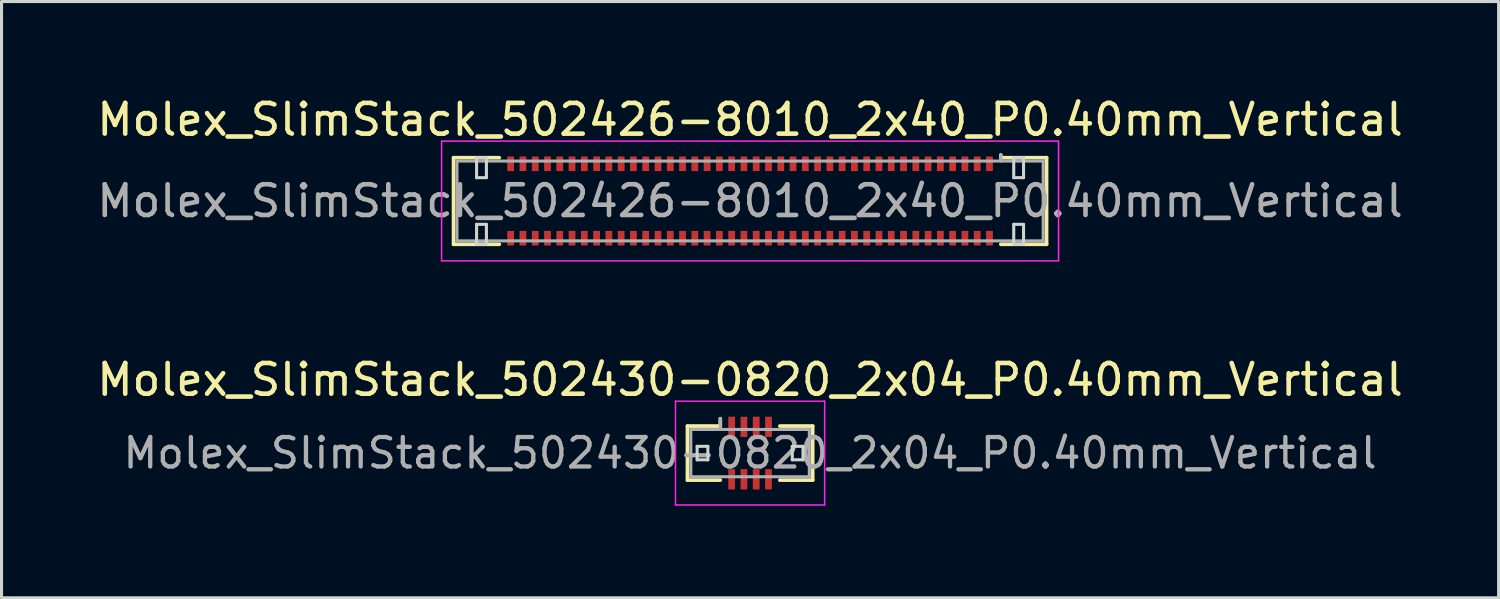
<source format=kicad_pcb>
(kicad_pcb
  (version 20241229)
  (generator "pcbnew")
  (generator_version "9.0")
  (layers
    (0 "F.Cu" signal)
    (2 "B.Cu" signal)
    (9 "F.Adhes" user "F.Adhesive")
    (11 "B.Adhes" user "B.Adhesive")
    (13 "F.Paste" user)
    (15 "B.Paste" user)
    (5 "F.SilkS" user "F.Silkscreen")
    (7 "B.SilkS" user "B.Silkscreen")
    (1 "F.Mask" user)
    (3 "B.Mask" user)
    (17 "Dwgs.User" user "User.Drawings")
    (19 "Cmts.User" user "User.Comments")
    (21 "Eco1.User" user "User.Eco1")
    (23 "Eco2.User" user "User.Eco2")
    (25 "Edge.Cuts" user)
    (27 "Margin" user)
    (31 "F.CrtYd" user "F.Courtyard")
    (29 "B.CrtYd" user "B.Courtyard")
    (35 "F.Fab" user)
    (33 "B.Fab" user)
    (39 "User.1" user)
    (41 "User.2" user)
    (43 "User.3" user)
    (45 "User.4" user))
  (footprint "Molex_SlimStack_502430-0820_2x04_P0.40mm_Vertical"
    (layer "F.Cu")
    (at 21.387 11.711)
    (property "Reference" "Molex_SlimStack_502430-0820_2x04_P0.40mm_Vertical" (at 0 -2.39 0) (layer "F.SilkS") (effects (font (size 1 1) (thickness 0.15))))
    (attr smd)
    (fp_line (start -2.04 -0.88) (end -0.97 -0.88) (stroke (width 0.12) (type solid)) (layer "F.SilkS"))
    (fp_line (start -2.04 0.88) (end -2.04 -0.88) (stroke (width 0.12) (type solid)) (layer "F.SilkS"))
    (fp_line (start -0.97 -0.88) (end -0.97 -1.12) (stroke (width 0.12) (type solid)) (layer "F.SilkS"))
    (fp_line (start -0.97 0.88) (end -2.04 0.88) (stroke (width 0.12) (type solid)) (layer "F.SilkS"))
    (fp_line (start 0.97 0.88) (end 2.04 0.88) (stroke (width 0.12) (type solid)) (layer "F.SilkS"))
    (fp_line (start 2.04 -0.88) (end 0.97 -0.88) (stroke (width 0.12) (type solid)) (layer "F.SilkS"))
    (fp_line (start 2.04 0.88) (end 2.04 -0.88) (stroke (width 0.12) (type solid)) (layer "F.SilkS"))
    (fp_line (start -1.725 -0.22) (end -1.725 0.22) (stroke (width 0.1) (type solid)) (layer "Edge.Cuts"))
    (fp_line (start -1.725 0.22) (end -1.375 0.22) (stroke (width 0.1) (type solid)) (layer "Edge.Cuts"))
    (fp_line (start -1.375 -0.22) (end -1.725 -0.22) (stroke (width 0.1) (type solid)) (layer "Edge.Cuts"))
    (fp_line (start -1.375 0.22) (end -1.375 -0.22) (stroke (width 0.1) (type solid)) (layer "Edge.Cuts"))
    (fp_line (start 1.375 -0.22) (end 1.375 0.22) (stroke (width 0.1) (type solid)) (layer "Edge.Cuts"))
    (fp_line (start 1.375 0.22) (end 1.725 0.22) (stroke (width 0.1) (type solid)) (layer "Edge.Cuts"))
    (fp_line (start 1.725 -0.22) (end 1.375 -0.22) (stroke (width 0.1) (type solid)) (layer "Edge.Cuts"))
    (fp_line (start 1.725 0.22) (end 1.725 -0.22) (stroke (width 0.1) (type solid)) (layer "Edge.Cuts"))
    (fp_line (start -2.43 -1.69) (end -2.43 1.69) (stroke (width 0.05) (type solid)) (layer "F.CrtYd"))
    (fp_line (start -2.43 1.69) (end 2.43 1.69) (stroke (width 0.05) (type solid)) (layer "F.CrtYd"))
    (fp_line (start 2.43 -1.69) (end -2.43 -1.69) (stroke (width 0.05) (type solid)) (layer "F.CrtYd"))
    (fp_line (start 2.43 1.69) (end 2.43 -1.69) (stroke (width 0.05) (type solid)) (layer "F.CrtYd"))
    (fp_line (start -1.93 -0.77) (end -1.93 0.77) (stroke (width 0.1) (type solid)) (layer "F.Fab"))
    (fp_line (start -1.93 0.77) (end 1.93 0.77) (stroke (width 0.1) (type solid)) (layer "F.Fab"))
    (fp_line (start -0.97 -0.77) (end -0.97 -1.12) (stroke (width 0.1) (type solid)) (layer "F.Fab"))
    (fp_line (start 1.93 -0.77) (end -1.93 -0.77) (stroke (width 0.1) (type solid)) (layer "F.Fab"))
    (fp_line (start 1.93 0.77) (end 1.93 -0.77) (stroke (width 0.1) (type solid)) (layer "F.Fab"))
    (fp_text user "${REFERENCE}" (at 0 0 0) (layer "F.Fab") (effects (font (size 0.96 0.96) (thickness 0.14))))
    (pad "1" smd rect (at -0.6 -0.855) (size 0.22 0.66) (layers "F.Cu" "F.Mask" "F.Paste"))
    (pad "2" smd rect (at -0.6 0.855) (size 0.22 0.66) (layers "F.Cu" "F.Mask" "F.Paste"))
    (pad "3" smd rect (at -0.2 -0.855) (size 0.22 0.66) (layers "F.Cu" "F.Mask" "F.Paste"))
    (pad "4" smd rect (at -0.2 0.855) (size 0.22 0.66) (layers "F.Cu" "F.Mask" "F.Paste"))
    (pad "5" smd rect (at 0.2 -0.855) (size 0.22 0.66) (layers "F.Cu" "F.Mask" "F.Paste"))
    (pad "6" smd rect (at 0.2 0.855) (size 0.22 0.66) (layers "F.Cu" "F.Mask" "F.Paste"))
    (pad "7" smd rect (at 0.6 -0.855) (size 0.22 0.66) (layers "F.Cu" "F.Mask" "F.Paste"))
    (pad "8" smd rect (at 0.6 0.855) (size 0.22 0.66) (layers "F.Cu" "F.Mask" "F.Paste")))
  (footprint "Molex_SlimStack_502426-8010_2x40_P0.40mm_Vertical"
    (layer "F.Cu")
    (at 21.387 3.498)
    (property "Reference" "Molex_SlimStack_502426-8010_2x40_P0.40mm_Vertical" (at 0 -2.65 0) (layer "F.SilkS") (effects (font (size 1 1) (thickness 0.15))))
    (attr smd)
    (fp_line (start -9.66 -1.41) (end -8.17 -1.41) (stroke (width 0.12) (type solid)) (layer "F.SilkS"))
    (fp_line (start -9.66 1.41) (end -9.66 -1.41) (stroke (width 0.12) (type solid)) (layer "F.SilkS"))
    (fp_line (start -8.17 1.41) (end -9.66 1.41) (stroke (width 0.12) (type solid)) (layer "F.SilkS"))
    (fp_line (start 8.17 -1.41) (end 8.17 -1.5) (stroke (width 0.12) (type solid)) (layer "F.SilkS"))
    (fp_line (start 8.17 1.41) (end 9.66 1.41) (stroke (width 0.12) (type solid)) (layer "F.SilkS"))
    (fp_line (start 9.66 -1.41) (end 8.17 -1.41) (stroke (width 0.12) (type solid)) (layer "F.SilkS"))
    (fp_line (start 9.66 1.41) (end 9.66 -1.41) (stroke (width 0.12) (type solid)) (layer "F.SilkS"))
    (fp_line (start -8.91 -1.41) (end -8.91 -0.76) (stroke (width 0.1) (type solid)) (layer "Edge.Cuts"))
    (fp_line (start -8.91 -0.76) (end -8.59 -0.76) (stroke (width 0.1) (type solid)) (layer "Edge.Cuts"))
    (fp_line (start -8.91 0.76) (end -8.91 1.41) (stroke (width 0.1) (type solid)) (layer "Edge.Cuts"))
    (fp_line (start -8.91 1.41) (end -8.59 1.41) (stroke (width 0.1) (type solid)) (layer "Edge.Cuts"))
    (fp_line (start -8.59 -1.41) (end -8.91 -1.41) (stroke (width 0.1) (type solid)) (layer "Edge.Cuts"))
    (fp_line (start -8.59 -0.76) (end -8.59 -1.41) (stroke (width 0.1) (type solid)) (layer "Edge.Cuts"))
    (fp_line (start -8.59 0.76) (end -8.91 0.76) (stroke (width 0.1) (type solid)) (layer "Edge.Cuts"))
    (fp_line (start -8.59 1.41) (end -8.59 0.76) (stroke (width 0.1) (type solid)) (layer "Edge.Cuts"))
    (fp_line (start 8.59 -1.41) (end 8.59 -0.76) (stroke (width 0.1) (type solid)) (layer "Edge.Cuts"))
    (fp_line (start 8.59 -0.76) (end 8.91 -0.76) (stroke (width 0.1) (type solid)) (layer "Edge.Cuts"))
    (fp_line (start 8.59 0.76) (end 8.59 1.41) (stroke (width 0.1) (type solid)) (layer "Edge.Cuts"))
    (fp_line (start 8.59 1.41) (end 8.91 1.41) (stroke (width 0.1) (type solid)) (layer "Edge.Cuts"))
    (fp_line (start 8.91 -1.41) (end 8.59 -1.41) (stroke (width 0.1) (type solid)) (layer "Edge.Cuts"))
    (fp_line (start 8.91 -0.76) (end 8.91 -1.41) (stroke (width 0.1) (type solid)) (layer "Edge.Cuts"))
    (fp_line (start 8.91 0.76) (end 8.59 0.76) (stroke (width 0.1) (type solid)) (layer "Edge.Cuts"))
    (fp_line (start 8.91 1.41) (end 8.91 0.76) (stroke (width 0.1) (type solid)) (layer "Edge.Cuts"))
    (fp_line (start -10.05 -1.95) (end -10.05 1.95) (stroke (width 0.05) (type solid)) (layer "F.CrtYd"))
    (fp_line (start -10.05 1.95) (end 10.05 1.95) (stroke (width 0.05) (type solid)) (layer "F.CrtYd"))
    (fp_line (start 10.05 -1.95) (end -10.05 -1.95) (stroke (width 0.05) (type solid)) (layer "F.CrtYd"))
    (fp_line (start 10.05 1.95) (end 10.05 -1.95) (stroke (width 0.05) (type solid)) (layer "F.CrtYd"))
    (fp_line (start -9.55 -1.3) (end -9.55 1.3) (stroke (width 0.1) (type solid)) (layer "F.Fab"))
    (fp_line (start -9.55 1.3) (end 9.55 1.3) (stroke (width 0.1) (type solid)) (layer "F.Fab"))
    (fp_line (start 8.17 -1.3) (end 8.17 -1.5) (stroke (width 0.1) (type solid)) (layer "F.Fab"))
    (fp_line (start 9.55 -1.3) (end -9.55 -1.3) (stroke (width 0.1) (type solid)) (layer "F.Fab"))
    (fp_line (start 9.55 1.3) (end 9.55 -1.3) (stroke (width 0.1) (type solid)) (layer "F.Fab"))
    (fp_text user "${REFERENCE}" (at 0 0 0) (layer "F.Fab") (effects (font (size 1 1) (thickness 0.15))))
    (pad "1" smd rect (at 7.8 -1.212) (size 0.22 0.475) (layers "F.Cu" "F.Mask" "F.Paste"))
    (pad "2" smd rect (at 7.8 1.212) (size 0.22 0.475) (layers "F.Cu" "F.Mask" "F.Paste"))
    (pad "3" smd rect (at 7.4 -1.212) (size 0.22 0.475) (layers "F.Cu" "F.Mask" "F.Paste"))
    (pad "4" smd rect (at 7.4 1.212) (size 0.22 0.475) (layers "F.Cu" "F.Mask" "F.Paste"))
    (pad "5" smd rect (at 7 -1.212) (size 0.22 0.475) (layers "F.Cu" "F.Mask" "F.Paste"))
    (pad "6" smd rect (at 7 1.212) (size 0.22 0.475) (layers "F.Cu" "F.Mask" "F.Paste"))
    (pad "7" smd rect (at 6.6 -1.212) (size 0.22 0.475) (layers "F.Cu" "F.Mask" "F.Paste"))
    (pad "8" smd rect (at 6.6 1.212) (size 0.22 0.475) (layers "F.Cu" "F.Mask" "F.Paste"))
    (pad "9" smd rect (at 6.2 -1.212) (size 0.22 0.475) (layers "F.Cu" "F.Mask" "F.Paste"))
    (pad "10" smd rect (at 6.2 1.212) (size 0.22 0.475) (layers "F.Cu" "F.Mask" "F.Paste"))
    (pad "11" smd rect (at 5.8 -1.212) (size 0.22 0.475) (layers "F.Cu" "F.Mask" "F.Paste"))
    (pad "12" smd rect (at 5.8 1.212) (size 0.22 0.475) (layers "F.Cu" "F.Mask" "F.Paste"))
    (pad "13" smd rect (at 5.4 -1.212) (size 0.22 0.475) (layers "F.Cu" "F.Mask" "F.Paste"))
    (pad "14" smd rect (at 5.4 1.212) (size 0.22 0.475) (layers "F.Cu" "F.Mask" "F.Paste"))
    (pad "15" smd rect (at 5 -1.212) (size 0.22 0.475) (layers "F.Cu" "F.Mask" "F.Paste"))
    (pad "16" smd rect (at 5 1.212) (size 0.22 0.475) (layers "F.Cu" "F.Mask" "F.Paste"))
    (pad "17" smd rect (at 4.6 -1.212) (size 0.22 0.475) (layers "F.Cu" "F.Mask" "F.Paste"))
    (pad "18" smd rect (at 4.6 1.212) (size 0.22 0.475) (layers "F.Cu" "F.Mask" "F.Paste"))
    (pad "19" smd rect (at 4.2 -1.212) (size 0.22 0.475) (layers "F.Cu" "F.Mask" "F.Paste"))
    (pad "20" smd rect (at 4.2 1.212) (size 0.22 0.475) (layers "F.Cu" "F.Mask" "F.Paste"))
    (pad "21" smd rect (at 3.8 -1.212) (size 0.22 0.475) (layers "F.Cu" "F.Mask" "F.Paste"))
    (pad "22" smd rect (at 3.8 1.212) (size 0.22 0.475) (layers "F.Cu" "F.Mask" "F.Paste"))
    (pad "23" smd rect (at 3.4 -1.212) (size 0.22 0.475) (layers "F.Cu" "F.Mask" "F.Paste"))
    (pad "24" smd rect (at 3.4 1.212) (size 0.22 0.475) (layers "F.Cu" "F.Mask" "F.Paste"))
    (pad "25" smd rect (at 3 -1.212) (size 0.22 0.475) (layers "F.Cu" "F.Mask" "F.Paste"))
    (pad "26" smd rect (at 3 1.212) (size 0.22 0.475) (layers "F.Cu" "F.Mask" "F.Paste"))
    (pad "27" smd rect (at 2.6 -1.212) (size 0.22 0.475) (layers "F.Cu" "F.Mask" "F.Paste"))
    (pad "28" smd rect (at 2.6 1.212) (size 0.22 0.475) (layers "F.Cu" "F.Mask" "F.Paste"))
    (pad "29" smd rect (at 2.2 -1.212) (size 0.22 0.475) (layers "F.Cu" "F.Mask" "F.Paste"))
    (pad "30" smd rect (at 2.2 1.212) (size 0.22 0.475) (layers "F.Cu" "F.Mask" "F.Paste"))
    (pad "31" smd rect (at 1.8 -1.212) (size 0.22 0.475) (layers "F.Cu" "F.Mask" "F.Paste"))
    (pad "32" smd rect (at 1.8 1.212) (size 0.22 0.475) (layers "F.Cu" "F.Mask" "F.Paste"))
    (pad "33" smd rect (at 1.4 -1.212) (size 0.22 0.475) (layers "F.Cu" "F.Mask" "F.Paste"))
    (pad "34" smd rect (at 1.4 1.212) (size 0.22 0.475) (layers "F.Cu" "F.Mask" "F.Paste"))
    (pad "35" smd rect (at 1 -1.212) (size 0.22 0.475) (layers "F.Cu" "F.Mask" "F.Paste"))
    (pad "36" smd rect (at 1 1.212) (size 0.22 0.475) (layers "F.Cu" "F.Mask" "F.Paste"))
    (pad "37" smd rect (at 0.6 -1.212) (size 0.22 0.475) (layers "F.Cu" "F.Mask" "F.Paste"))
    (pad "38" smd rect (at 0.6 1.212) (size 0.22 0.475) (layers "F.Cu" "F.Mask" "F.Paste"))
    (pad "39" smd rect (at 0.2 -1.212) (size 0.22 0.475) (layers "F.Cu" "F.Mask" "F.Paste"))
    (pad "40" smd rect (at 0.2 1.212) (size 0.22 0.475) (layers "F.Cu" "F.Mask" "F.Paste"))
    (pad "41" smd rect (at -0.2 -1.212) (size 0.22 0.475) (layers "F.Cu" "F.Mask" "F.Paste"))
    (pad "42" smd rect (at -0.2 1.212) (size 0.22 0.475) (layers "F.Cu" "F.Mask" "F.Paste"))
    (pad "43" smd rect (at -0.6 -1.212) (size 0.22 0.475) (layers "F.Cu" "F.Mask" "F.Paste"))
    (pad "44" smd rect (at -0.6 1.212) (size 0.22 0.475) (layers "F.Cu" "F.Mask" "F.Paste"))
    (pad "45" smd rect (at -1 -1.212) (size 0.22 0.475) (layers "F.Cu" "F.Mask" "F.Paste"))
    (pad "46" smd rect (at -1 1.212) (size 0.22 0.475) (layers "F.Cu" "F.Mask" "F.Paste"))
    (pad "47" smd rect (at -1.4 -1.212) (size 0.22 0.475) (layers "F.Cu" "F.Mask" "F.Paste"))
    (pad "48" smd rect (at -1.4 1.212) (size 0.22 0.475) (layers "F.Cu" "F.Mask" "F.Paste"))
    (pad "49" smd rect (at -1.8 -1.212) (size 0.22 0.475) (layers "F.Cu" "F.Mask" "F.Paste"))
    (pad "50" smd rect (at -1.8 1.212) (size 0.22 0.475) (layers "F.Cu" "F.Mask" "F.Paste"))
    (pad "51" smd rect (at -2.2 -1.212) (size 0.22 0.475) (layers "F.Cu" "F.Mask" "F.Paste"))
    (pad "52" smd rect (at -2.2 1.212) (size 0.22 0.475) (layers "F.Cu" "F.Mask" "F.Paste"))
    (pad "53" smd rect (at -2.6 -1.212) (size 0.22 0.475) (layers "F.Cu" "F.Mask" "F.Paste"))
    (pad "54" smd rect (at -2.6 1.212) (size 0.22 0.475) (layers "F.Cu" "F.Mask" "F.Paste"))
    (pad "55" smd rect (at -3 -1.212) (size 0.22 0.475) (layers "F.Cu" "F.Mask" "F.Paste"))
    (pad "56" smd rect (at -3 1.212) (size 0.22 0.475) (layers "F.Cu" "F.Mask" "F.Paste"))
    (pad "57" smd rect (at -3.4 -1.212) (size 0.22 0.475) (layers "F.Cu" "F.Mask" "F.Paste"))
    (pad "58" smd rect (at -3.4 1.212) (size 0.22 0.475) (layers "F.Cu" "F.Mask" "F.Paste"))
    (pad "59" smd rect (at -3.8 -1.212) (size 0.22 0.475) (layers "F.Cu" "F.Mask" "F.Paste"))
    (pad "60" smd rect (at -3.8 1.212) (size 0.22 0.475) (layers "F.Cu" "F.Mask" "F.Paste"))
    (pad "61" smd rect (at -4.2 -1.212) (size 0.22 0.475) (layers "F.Cu" "F.Mask" "F.Paste"))
    (pad "62" smd rect (at -4.2 1.212) (size 0.22 0.475) (layers "F.Cu" "F.Mask" "F.Paste"))
    (pad "63" smd rect (at -4.6 -1.212) (size 0.22 0.475) (layers "F.Cu" "F.Mask" "F.Paste"))
    (pad "64" smd rect (at -4.6 1.212) (size 0.22 0.475) (layers "F.Cu" "F.Mask" "F.Paste"))
    (pad "65" smd rect (at -5 -1.212) (size 0.22 0.475) (layers "F.Cu" "F.Mask" "F.Paste"))
    (pad "66" smd rect (at -5 1.212) (size 0.22 0.475) (layers "F.Cu" "F.Mask" "F.Paste"))
    (pad "67" smd rect (at -5.4 -1.212) (size 0.22 0.475) (layers "F.Cu" "F.Mask" "F.Paste"))
    (pad "68" smd rect (at -5.4 1.212) (size 0.22 0.475) (layers "F.Cu" "F.Mask" "F.Paste"))
    (pad "69" smd rect (at -5.8 -1.212) (size 0.22 0.475) (layers "F.Cu" "F.Mask" "F.Paste"))
    (pad "70" smd rect (at -5.8 1.212) (size 0.22 0.475) (layers "F.Cu" "F.Mask" "F.Paste"))
    (pad "71" smd rect (at -6.2 -1.212) (size 0.22 0.475) (layers "F.Cu" "F.Mask" "F.Paste"))
    (pad "72" smd rect (at -6.2 1.212) (size 0.22 0.475) (layers "F.Cu" "F.Mask" "F.Paste"))
    (pad "73" smd rect (at -6.6 -1.212) (size 0.22 0.475) (layers "F.Cu" "F.Mask" "F.Paste"))
    (pad "74" smd rect (at -6.6 1.212) (size 0.22 0.475) (layers "F.Cu" "F.Mask" "F.Paste"))
    (pad "75" smd rect (at -7 -1.212) (size 0.22 0.475) (layers "F.Cu" "F.Mask" "F.Paste"))
    (pad "76" smd rect (at -7 1.212) (size 0.22 0.475) (layers "F.Cu" "F.Mask" "F.Paste"))
    (pad "77" smd rect (at -7.4 -1.212) (size 0.22 0.475) (layers "F.Cu" "F.Mask" "F.Paste"))
    (pad "78" smd rect (at -7.4 1.212) (size 0.22 0.475) (layers "F.Cu" "F.Mask" "F.Paste"))
    (pad "79" smd rect (at -7.8 -1.212) (size 0.22 0.475) (layers "F.Cu" "F.Mask" "F.Paste"))
    (pad "80" smd rect (at -7.8 1.212) (size 0.22 0.475) (layers "F.Cu" "F.Mask" "F.Paste")))
  (gr_rect
    (start -3 -3)
    (end 45.774 16.427)
    (stroke (width 0.1) (type default))
    (fill no)
    (layer "Edge.Cuts")))
</source>
